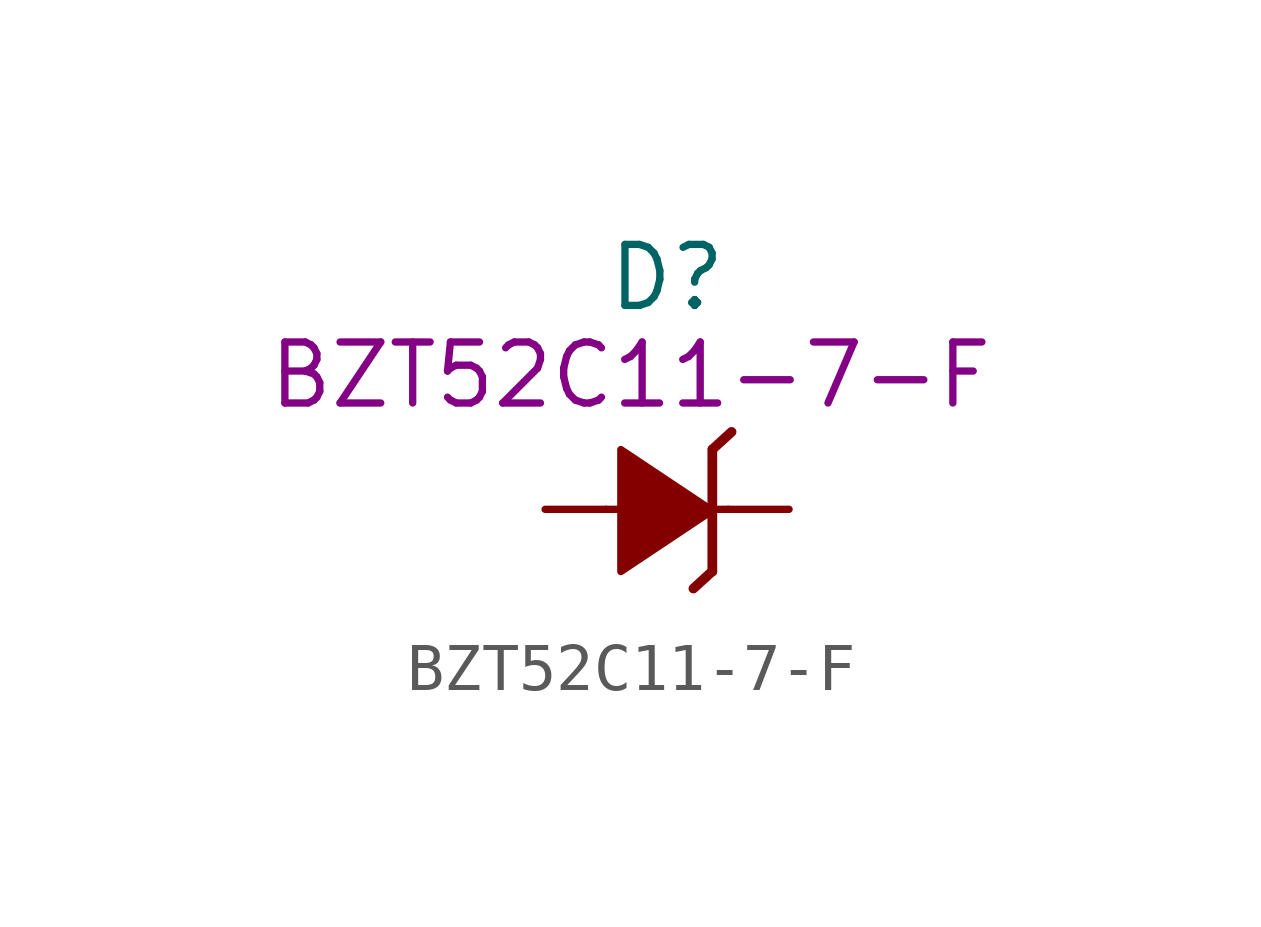
<source format=kicad_sym>
(kicad_symbol_lib
  (version 20231120)
  (generator "kicad_symbol_editor")
  (generator_version "8.0")
  (symbol "BZT52C11-7-F"
    (pin_numbers hide)
    (property "Reference" "D"
      (at 2.54 4.826 0)
      (effects (font (size 1.27 1.27))))
    (property "Value" ""
      (at 1.27 3.81 0)
      (effects (font (size 1.27 1.27))))
    (property "MPN" "BZT52C11-7-F"
      (at 1.778 2.794 0)
      (effects (font (size 1.27 1.27))))
    (symbol "BZT52C11-7-F_0_1"
      (polyline (pts (xy 1.27 0) (xy 3.81 0)) (stroke (width 0) (type default)) (fill (type none)))
      (polyline (pts (xy 3.482 -1.296) (xy 3.482 1.244)) (stroke (width 0.203) (type default)) (fill (type none)))
      (polyline (pts (xy 3.482 -1.29) (xy 3.088 -1.649)) (stroke (width 0.203) (type default)) (fill (type none)))
      (polyline (pts (xy 3.488 1.253) (xy 3.882 1.612)) (stroke (width 0.203) (type default)) (fill (type none)))
      (polyline (pts (xy 1.577 1.244) (xy 1.577 -1.296) (xy 3.482 -0.026) (xy 1.577 1.244)) (stroke (width 0) (type default)) (fill (type outline))))
    (symbol "BZT52C11-7-F_1_1"
      (pin passive line (at 5.08 0 180) (length 1.27) (name "" (effects (font (size 1.27 1.27)))) (number "1" (effects (font (size 1.27 1.27)))))
      (pin passive line (at 0 0 0) (length 1.27) (name "" (effects (font (size 1.27 1.27)))) (number "2" (effects (font (size 1.27 1.27))))))))
</source>
